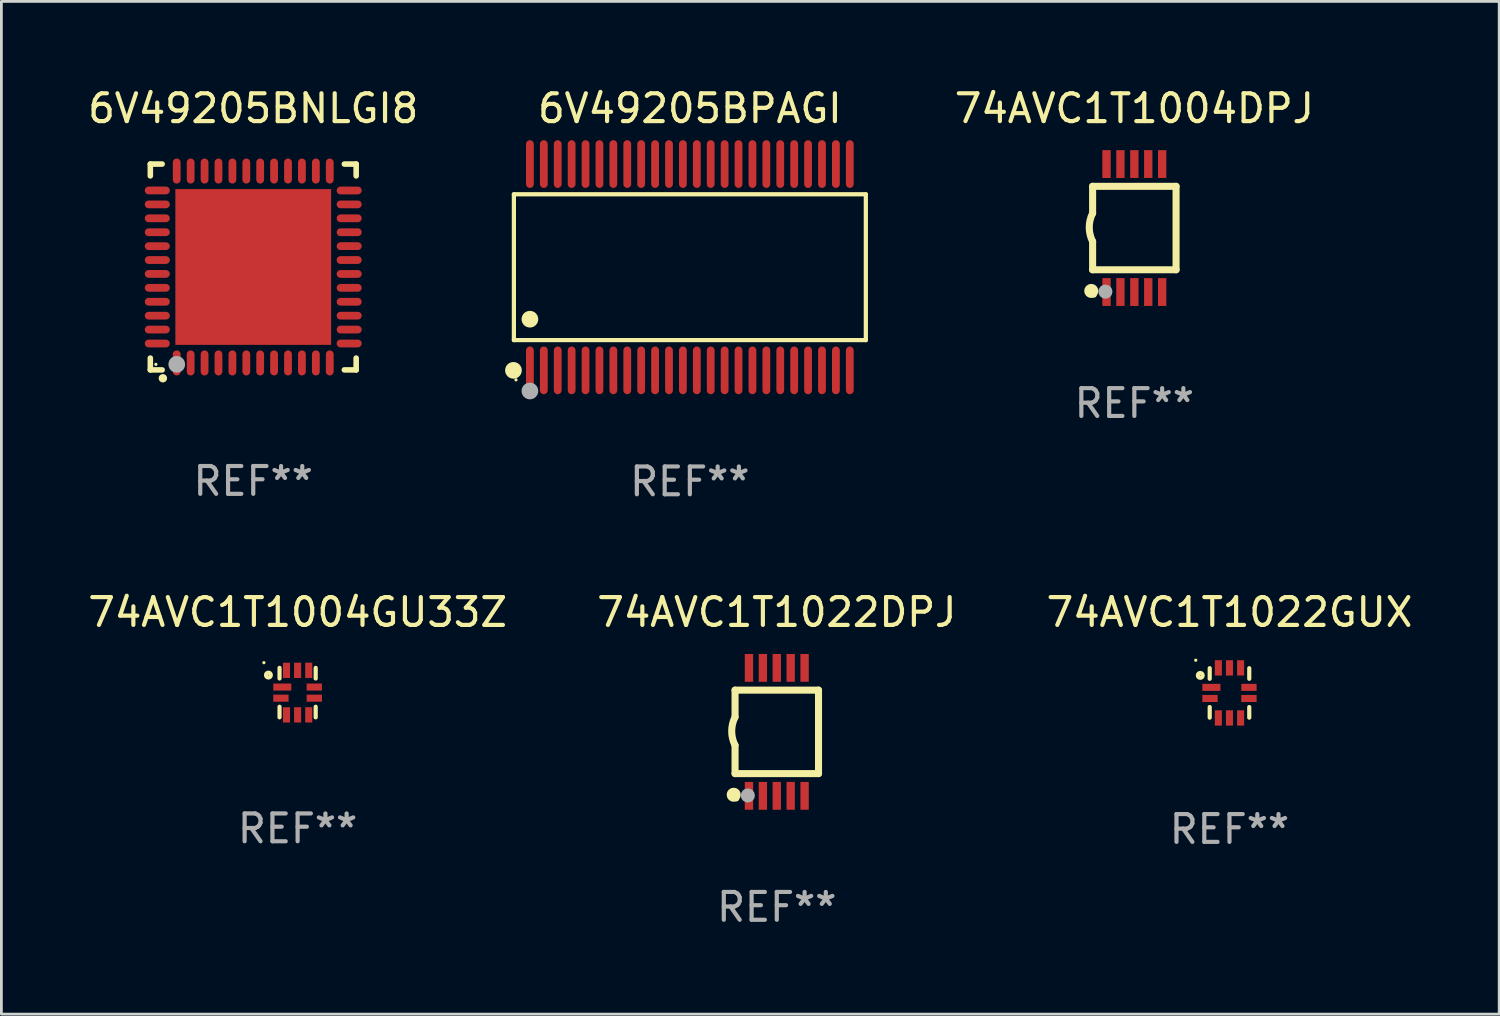
<source format=kicad_pcb>
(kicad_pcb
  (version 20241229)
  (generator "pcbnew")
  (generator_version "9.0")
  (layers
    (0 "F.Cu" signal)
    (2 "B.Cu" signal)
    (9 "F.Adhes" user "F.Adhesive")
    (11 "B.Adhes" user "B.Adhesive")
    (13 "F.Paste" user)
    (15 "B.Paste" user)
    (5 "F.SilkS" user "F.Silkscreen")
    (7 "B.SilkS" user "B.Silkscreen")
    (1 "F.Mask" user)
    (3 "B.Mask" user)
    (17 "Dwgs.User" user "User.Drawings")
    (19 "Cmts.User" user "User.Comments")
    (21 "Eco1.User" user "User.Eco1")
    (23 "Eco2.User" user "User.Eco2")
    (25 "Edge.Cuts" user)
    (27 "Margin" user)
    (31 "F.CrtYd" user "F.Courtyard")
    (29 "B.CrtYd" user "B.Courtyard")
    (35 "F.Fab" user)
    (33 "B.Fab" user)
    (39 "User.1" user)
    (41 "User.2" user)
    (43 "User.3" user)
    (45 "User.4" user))
  (footprint "74AVC1T1022GUX"
    (layer "F.Cu")
    (at 41.149 21.86)
    (property "Reference" "74AVC1T1022GUX" (at 0 -2.9 0) (layer "F.SilkS") (effects (font (size 1 1) (thickness 0.15))))
    (attr through_hole)
    (fp_line (start -0.711 -0.889) (end -0.711 -0.508) (stroke (width 0.15) (type solid)) (layer "F.SilkS"))
    (fp_line (start -0.711 0.508) (end -0.711 0.889) (stroke (width 0.15) (type solid)) (layer "F.SilkS"))
    (fp_line (start 0.711 -0.889) (end 0.711 -0.508) (stroke (width 0.15) (type solid)) (layer "F.SilkS"))
    (fp_line (start 0.711 0.508) (end 0.711 0.889) (stroke (width 0.15) (type solid)) (layer "F.SilkS"))
    (fp_circle (center -1.212 -1.176) (end -1.182 -1.176) (stroke (width 0.06) (type solid)) (fill no) (layer "F.SilkS"))
    (fp_circle (center -1.05 -0.63) (end -0.963 -0.63) (stroke (width 0.15) (type solid)) (fill no) (layer "F.SilkS"))
    (fp_text user "REF**" (at 0 4.9 0) (layer "F.Fab") (effects (font (size 1 1) (thickness 0.15))))
    (pad "1" smd rect (at -0.65 -0.2 90) (size 0.254 0.65) (layers "F.Cu" "F.Mask" "F.Paste"))
    (pad "2" smd rect (at -0.7 0.2 90) (size 0.254 0.551) (layers "F.Cu" "F.Mask" "F.Paste"))
    (pad "3" smd rect (at -0.4 0.9) (size 0.254 0.551) (layers "F.Cu" "F.Mask" "F.Paste"))
    (pad "4" smd rect (at 0 0.9) (size 0.254 0.551) (layers "F.Cu" "F.Mask" "F.Paste"))
    (pad "5" smd rect (at 0.4 0.9) (size 0.254 0.551) (layers "F.Cu" "F.Mask" "F.Paste"))
    (pad "6" smd rect (at 0.7 0.2 90) (size 0.254 0.551) (layers "F.Cu" "F.Mask" "F.Paste"))
    (pad "7" smd rect (at 0.7 -0.2 90) (size 0.254 0.551) (layers "F.Cu" "F.Mask" "F.Paste"))
    (pad "8" smd rect (at 0.4 -0.9) (size 0.254 0.551) (layers "F.Cu" "F.Mask" "F.Paste"))
    (pad "9" smd rect (at 0 -0.9) (size 0.254 0.551) (layers "F.Cu" "F.Mask" "F.Paste"))
    (pad "10" smd rect (at -0.4 -0.9) (size 0.254 0.551) (layers "F.Cu" "F.Mask" "F.Paste")))
  (footprint "74AVC1T1004DPJ"
    (layer "F.Cu")
    (at 37.729 5.148)
    (property "Reference" "74AVC1T1004DPJ" (at 0 -4.3 0) (layer "F.SilkS") (effects (font (size 1 1) (thickness 0.15))))
    (attr through_hole)
    (fp_line (start -1.5 -1.5) (end -1.5 -0.533) (stroke (width 0.254) (type solid)) (layer "F.SilkS"))
    (fp_line (start -1.5 -1.5) (end 1.5 -1.5) (stroke (width 0.254) (type solid)) (layer "F.SilkS"))
    (fp_line (start -1.5 1.5) (end -1.5 0.483) (stroke (width 0.254) (type solid)) (layer "F.SilkS"))
    (fp_line (start -1.5 1.5) (end 1.5 1.5) (stroke (width 0.254) (type solid)) (layer "F.SilkS"))
    (fp_line (start 1.5 1.5) (end 1.5 -1.5) (stroke (width 0.254) (type solid)) (layer "F.SilkS"))
    (fp_arc (start -1.501015 0.483109) (mid -1.620651 -0.025266) (end -1.5 -0.533401) (stroke (width 0.254001) (type solid)) (layer "F.SilkS"))
    (fp_circle (center -1.549 2.261) (end -1.422 2.261) (stroke (width 0.254) (type solid)) (fill no) (layer "F.SilkS"))
    (fp_circle (center -1.45 2.4) (end -1.4 2.4) (stroke (width 0.1) (type solid)) (fill no) (layer "F.SilkS"))
    (fp_circle (center -1.041 2.286) (end -0.914 2.286) (stroke (width 0.254) (type solid)) (fill no) (layer "F.Fab"))
    (fp_text user "REF**" (at 0 6.3 0) (layer "F.Fab") (effects (font (size 1 1) (thickness 0.15))))
    (pad "1" smd rect (at -1 2.3 90) (size 1 0.3) (layers "F.Cu" "F.Mask" "F.Paste"))
    (pad "2" smd rect (at -0.5 2.3 90) (size 1 0.3) (layers "F.Cu" "F.Mask" "F.Paste"))
    (pad "3" smd rect (at 0.000127 2.3 90) (size 1 0.3) (layers "F.Cu" "F.Mask" "F.Paste"))
    (pad "4" smd rect (at 0.5 2.3 90) (size 1 0.3) (layers "F.Cu" "F.Mask" "F.Paste"))
    (pad "5" smd rect (at 1 2.3 90) (size 1 0.3) (layers "F.Cu" "F.Mask" "F.Paste"))
    (pad "6" smd rect (at 1 -2.3 270) (size 1 0.3) (layers "F.Cu" "F.Mask" "F.Paste"))
    (pad "7" smd rect (at 0.5 -2.3 90) (size 1 0.3) (layers "F.Cu" "F.Mask" "F.Paste"))
    (pad "8" smd rect (at 0.000127 -2.3 90) (size 1 0.3) (layers "F.Cu" "F.Mask" "F.Paste"))
    (pad "9" smd rect (at -0.5 -2.3 90) (size 1 0.3) (layers "F.Cu" "F.Mask" "F.Paste"))
    (pad "10" smd rect (at -1 -2.3 90) (size 1 0.3) (layers "F.Cu" "F.Mask" "F.Paste")))
  (footprint "74AVC1T1022DPJ"
    (layer "F.Cu")
    (at 24.875 23.26)
    (property "Reference" "74AVC1T1022DPJ" (at 0 -4.3 0) (layer "F.SilkS") (effects (font (size 1 1) (thickness 0.15))))
    (attr through_hole)
    (fp_line (start -1.5 -1.5) (end -1.5 -0.533) (stroke (width 0.254) (type solid)) (layer "F.SilkS"))
    (fp_line (start -1.5 -1.5) (end 1.5 -1.5) (stroke (width 0.254) (type solid)) (layer "F.SilkS"))
    (fp_line (start -1.5 1.5) (end -1.5 0.483) (stroke (width 0.254) (type solid)) (layer "F.SilkS"))
    (fp_line (start -1.5 1.5) (end 1.5 1.5) (stroke (width 0.254) (type solid)) (layer "F.SilkS"))
    (fp_line (start 1.5 1.5) (end 1.5 -1.5) (stroke (width 0.254) (type solid)) (layer "F.SilkS"))
    (fp_arc (start -1.501015 0.483109) (mid -1.620651 -0.025266) (end -1.5 -0.533401) (stroke (width 0.254001) (type solid)) (layer "F.SilkS"))
    (fp_circle (center -1.549 2.261) (end -1.422 2.261) (stroke (width 0.254) (type solid)) (fill no) (layer "F.SilkS"))
    (fp_circle (center -1.45 2.4) (end -1.4 2.4) (stroke (width 0.1) (type solid)) (fill no) (layer "F.SilkS"))
    (fp_circle (center -1.041 2.286) (end -0.914 2.286) (stroke (width 0.254) (type solid)) (fill no) (layer "F.Fab"))
    (fp_text user "REF**" (at 0 6.3 0) (layer "F.Fab") (effects (font (size 1 1) (thickness 0.15))))
    (pad "1" smd rect (at -1 2.3 90) (size 1 0.3) (layers "F.Cu" "F.Mask" "F.Paste"))
    (pad "2" smd rect (at -0.5 2.3 90) (size 1 0.3) (layers "F.Cu" "F.Mask" "F.Paste"))
    (pad "3" smd rect (at 0.000127 2.3 90) (size 1 0.3) (layers "F.Cu" "F.Mask" "F.Paste"))
    (pad "4" smd rect (at 0.5 2.3 90) (size 1 0.3) (layers "F.Cu" "F.Mask" "F.Paste"))
    (pad "5" smd rect (at 1 2.3 90) (size 1 0.3) (layers "F.Cu" "F.Mask" "F.Paste"))
    (pad "6" smd rect (at 1 -2.3 270) (size 1 0.3) (layers "F.Cu" "F.Mask" "F.Paste"))
    (pad "7" smd rect (at 0.5 -2.3 90) (size 1 0.3) (layers "F.Cu" "F.Mask" "F.Paste"))
    (pad "8" smd rect (at 0.000127 -2.3 90) (size 1 0.3) (layers "F.Cu" "F.Mask" "F.Paste"))
    (pad "9" smd rect (at -0.5 -2.3 90) (size 1 0.3) (layers "F.Cu" "F.Mask" "F.Paste"))
    (pad "10" smd rect (at -1 -2.3 90) (size 1 0.3) (layers "F.Cu" "F.Mask" "F.Paste")))
  (footprint "74AVC1T1004GU33Z"
    (layer "F.Cu")
    (at 7.649 21.849)
    (property "Reference" "74AVC1T1004GU33Z" (at 0 -2.889 0) (layer "F.SilkS") (effects (font (size 1 1) (thickness 0.15))))
    (attr through_hole)
    (fp_line (start -0.65 -0.889) (end -0.65 -0.508) (stroke (width 0.15) (type solid)) (layer "F.SilkS"))
    (fp_line (start -0.65 0.508) (end -0.65 0.889) (stroke (width 0.15) (type solid)) (layer "F.SilkS"))
    (fp_line (start 0.65 -0.889) (end 0.65 -0.508) (stroke (width 0.15) (type solid)) (layer "F.SilkS"))
    (fp_line (start 0.65 0.508) (end 0.65 0.889) (stroke (width 0.15) (type solid)) (layer "F.SilkS"))
    (fp_circle (center -1.212 -1.076) (end -1.182 -1.076) (stroke (width 0.06) (type solid)) (fill no) (layer "F.SilkS"))
    (fp_circle (center -1.05 -0.63) (end -0.963 -0.63) (stroke (width 0.15) (type solid)) (fill no) (layer "F.SilkS"))
    (fp_text user "REF**" (at 0 4.889 0) (layer "F.Fab") (effects (font (size 1 1) (thickness 0.15))))
    (pad "1" smd rect (at -0.55 -0.2 90) (size 0.254 0.65) (layers "F.Cu" "F.Mask" "F.Paste"))
    (pad "2" smd rect (at -0.6 0.2 90) (size 0.254 0.551) (layers "F.Cu" "F.Mask" "F.Paste"))
    (pad "3" smd rect (at -0.4 0.8) (size 0.254 0.551) (layers "F.Cu" "F.Mask" "F.Paste"))
    (pad "4" smd rect (at 0 0.8) (size 0.254 0.551) (layers "F.Cu" "F.Mask" "F.Paste"))
    (pad "5" smd rect (at 0.4 0.8) (size 0.254 0.551) (layers "F.Cu" "F.Mask" "F.Paste"))
    (pad "6" smd rect (at 0.6 0.2 90) (size 0.254 0.551) (layers "F.Cu" "F.Mask" "F.Paste"))
    (pad "7" smd rect (at 0.6 -0.2 90) (size 0.254 0.551) (layers "F.Cu" "F.Mask" "F.Paste"))
    (pad "8" smd rect (at 0.4 -0.8) (size 0.254 0.551) (layers "F.Cu" "F.Mask" "F.Paste"))
    (pad "9" smd rect (at 0 -0.8) (size 0.254 0.551) (layers "F.Cu" "F.Mask" "F.Paste"))
    (pad "10" smd rect (at -0.4 -0.8) (size 0.254 0.551) (layers "F.Cu" "F.Mask" "F.Paste")))
  (footprint "6V49205BPAGI"
    (layer "F.Cu")
    (at 21.75 6.556)
    (property "Reference" "6V49205BPAGI" (at 0 -5.708 0) (layer "F.SilkS") (effects (font (size 1 1) (thickness 0.15))))
    (attr through_hole)
    (fp_line (start -6.326 -2.622) (end 6.326 -2.622) (stroke (width 0.152) (type solid)) (layer "F.SilkS"))
    (fp_line (start -6.326 2.621) (end -6.326 -2.622) (stroke (width 0.152) (type solid)) (layer "F.SilkS"))
    (fp_line (start 6.326 -2.622) (end 6.326 2.621) (stroke (width 0.152) (type solid)) (layer "F.SilkS"))
    (fp_line (start 6.326 2.621) (end -6.326 2.621) (stroke (width 0.152) (type solid)) (layer "F.SilkS"))
    (fp_circle (center -6.342 3.708) (end -6.192 3.708) (stroke (width 0.3) (type solid)) (fill no) (layer "F.SilkS"))
    (fp_circle (center -6.25 4.05) (end -6.22 4.05) (stroke (width 0.06) (type solid)) (fill no) (layer "F.SilkS"))
    (fp_circle (center -5.75 1.869) (end -5.6 1.869) (stroke (width 0.3) (type solid)) (fill no) (layer "F.SilkS"))
    (fp_circle (center -5.75 4.45) (end -5.6 4.45) (stroke (width 0.3) (type solid)) (fill no) (layer "F.Fab"))
    (fp_text user "REF**" (at 0 7.708 0) (layer "F.Fab") (effects (font (size 1 1) (thickness 0.15))))
    (pad "1" smd oval (at -5.75 3.708) (size 0.28 1.715) (layers "F.Cu" "F.Mask" "F.Paste"))
    (pad "2" smd oval (at -5.25 3.708) (size 0.28 1.715) (layers "F.Cu" "F.Mask" "F.Paste"))
    (pad "3" smd oval (at -4.75 3.708) (size 0.28 1.715) (layers "F.Cu" "F.Mask" "F.Paste"))
    (pad "4" smd oval (at -4.25 3.708) (size 0.28 1.715) (layers "F.Cu" "F.Mask" "F.Paste"))
    (pad "5" smd oval (at -3.75 3.708) (size 0.28 1.715) (layers "F.Cu" "F.Mask" "F.Paste"))
    (pad "6" smd oval (at -3.25 3.708) (size 0.28 1.715) (layers "F.Cu" "F.Mask" "F.Paste"))
    (pad "7" smd oval (at -2.75 3.708) (size 0.28 1.715) (layers "F.Cu" "F.Mask" "F.Paste"))
    (pad "8" smd oval (at -2.25 3.708) (size 0.28 1.715) (layers "F.Cu" "F.Mask" "F.Paste"))
    (pad "9" smd oval (at -1.75 3.708) (size 0.28 1.715) (layers "F.Cu" "F.Mask" "F.Paste"))
    (pad "10" smd oval (at -1.25 3.708) (size 0.28 1.715) (layers "F.Cu" "F.Mask" "F.Paste"))
    (pad "11" smd oval (at -0.75 3.708) (size 0.28 1.715) (layers "F.Cu" "F.Mask" "F.Paste"))
    (pad "12" smd oval (at -0.25 3.708) (size 0.28 1.715) (layers "F.Cu" "F.Mask" "F.Paste"))
    (pad "13" smd oval (at 0.25 3.708) (size 0.28 1.715) (layers "F.Cu" "F.Mask" "F.Paste"))
    (pad "14" smd oval (at 0.75 3.708) (size 0.28 1.715) (layers "F.Cu" "F.Mask" "F.Paste"))
    (pad "15" smd oval (at 1.25 3.708) (size 0.28 1.715) (layers "F.Cu" "F.Mask" "F.Paste"))
    (pad "16" smd oval (at 1.75 3.708) (size 0.28 1.715) (layers "F.Cu" "F.Mask" "F.Paste"))
    (pad "17" smd oval (at 2.25 3.708) (size 0.28 1.715) (layers "F.Cu" "F.Mask" "F.Paste"))
    (pad "18" smd oval (at 2.75 3.708) (size 0.28 1.715) (layers "F.Cu" "F.Mask" "F.Paste"))
    (pad "19" smd oval (at 3.25 3.708) (size 0.28 1.715) (layers "F.Cu" "F.Mask" "F.Paste"))
    (pad "20" smd oval (at 3.75 3.708) (size 0.28 1.715) (layers "F.Cu" "F.Mask" "F.Paste"))
    (pad "21" smd oval (at 4.25 3.708) (size 0.28 1.715) (layers "F.Cu" "F.Mask" "F.Paste"))
    (pad "22" smd oval (at 4.75 3.708) (size 0.28 1.715) (layers "F.Cu" "F.Mask" "F.Paste"))
    (pad "23" smd oval (at 5.25 3.708) (size 0.28 1.715) (layers "F.Cu" "F.Mask" "F.Paste"))
    (pad "24" smd oval (at 5.75 3.708) (size 0.28 1.715) (layers "F.Cu" "F.Mask" "F.Paste"))
    (pad "25" smd oval (at 5.75 -3.708) (size 0.28 1.715) (layers "F.Cu" "F.Mask" "F.Paste"))
    (pad "26" smd oval (at 5.25 -3.708) (size 0.28 1.715) (layers "F.Cu" "F.Mask" "F.Paste"))
    (pad "27" smd oval (at 4.75 -3.708) (size 0.28 1.715) (layers "F.Cu" "F.Mask" "F.Paste"))
    (pad "28" smd oval (at 4.25 -3.708) (size 0.28 1.715) (layers "F.Cu" "F.Mask" "F.Paste"))
    (pad "29" smd oval (at 3.75 -3.708) (size 0.28 1.715) (layers "F.Cu" "F.Mask" "F.Paste"))
    (pad "30" smd oval (at 3.25 -3.708) (size 0.28 1.715) (layers "F.Cu" "F.Mask" "F.Paste"))
    (pad "31" smd oval (at 2.75 -3.708) (size 0.28 1.715) (layers "F.Cu" "F.Mask" "F.Paste"))
    (pad "32" smd oval (at 2.25 -3.708) (size 0.28 1.715) (layers "F.Cu" "F.Mask" "F.Paste"))
    (pad "33" smd oval (at 1.75 -3.708) (size 0.28 1.715) (layers "F.Cu" "F.Mask" "F.Paste"))
    (pad "34" smd oval (at 1.25 -3.708) (size 0.28 1.715) (layers "F.Cu" "F.Mask" "F.Paste"))
    (pad "35" smd oval (at 0.75 -3.708) (size 0.28 1.715) (layers "F.Cu" "F.Mask" "F.Paste"))
    (pad "36" smd oval (at 0.25 -3.708) (size 0.28 1.715) (layers "F.Cu" "F.Mask" "F.Paste"))
    (pad "37" smd oval (at -0.25 -3.708) (size 0.28 1.715) (layers "F.Cu" "F.Mask" "F.Paste"))
    (pad "38" smd oval (at -0.75 -3.708) (size 0.28 1.715) (layers "F.Cu" "F.Mask" "F.Paste"))
    (pad "39" smd oval (at -1.25 -3.708) (size 0.28 1.715) (layers "F.Cu" "F.Mask" "F.Paste"))
    (pad "40" smd oval (at -1.75 -3.708) (size 0.28 1.715) (layers "F.Cu" "F.Mask" "F.Paste"))
    (pad "41" smd oval (at -2.25 -3.708) (size 0.28 1.715) (layers "F.Cu" "F.Mask" "F.Paste"))
    (pad "42" smd oval (at -2.75 -3.708) (size 0.28 1.715) (layers "F.Cu" "F.Mask" "F.Paste"))
    (pad "43" smd oval (at -3.25 -3.708) (size 0.28 1.715) (layers "F.Cu" "F.Mask" "F.Paste"))
    (pad "44" smd oval (at -3.75 -3.708) (size 0.28 1.715) (layers "F.Cu" "F.Mask" "F.Paste"))
    (pad "45" smd oval (at -4.25 -3.708) (size 0.28 1.715) (layers "F.Cu" "F.Mask" "F.Paste"))
    (pad "46" smd oval (at -4.75 -3.708) (size 0.28 1.715) (layers "F.Cu" "F.Mask" "F.Paste"))
    (pad "47" smd oval (at -5.25 -3.708) (size 0.28 1.715) (layers "F.Cu" "F.Mask" "F.Paste"))
    (pad "48" smd oval (at -5.75 -3.708) (size 0.28 1.715) (layers "F.Cu" "F.Mask" "F.Paste")))
  (footprint "6V49205BNLGI8"
    (layer "F.Cu")
    (at 6.054 6.548)
    (property "Reference" "6V49205BNLGI8" (at 0 -5.7 0) (layer "F.SilkS") (effects (font (size 1 1) (thickness 0.15))))
    (attr through_hole)
    (fp_line (start -3.7 -3.7) (end -3.275 -3.7) (stroke (width 0.2) (type solid)) (layer "F.SilkS"))
    (fp_line (start -3.7 -3.275) (end -3.7 -3.7) (stroke (width 0.2) (type solid)) (layer "F.SilkS"))
    (fp_line (start -3.7 3.7) (end -3.7 3.275) (stroke (width 0.2) (type solid)) (layer "F.SilkS"))
    (fp_line (start -3.275 3.7) (end -3.7 3.7) (stroke (width 0.2) (type solid)) (layer "F.SilkS"))
    (fp_line (start 3.7 -3.7) (end 3.275 -3.7) (stroke (width 0.2) (type solid)) (layer "F.SilkS"))
    (fp_line (start 3.7 -3.275) (end 3.7 -3.7) (stroke (width 0.2) (type solid)) (layer "F.SilkS"))
    (fp_line (start 3.7 3.275) (end 3.7 3.7) (stroke (width 0.2) (type solid)) (layer "F.SilkS"))
    (fp_line (start 3.7 3.7) (end 3.275 3.7) (stroke (width 0.2) (type solid)) (layer "F.SilkS"))
    (fp_arc (start -3.249936 3.999975) (mid -3.248666 3.99997) (end -3.247396 3.999975) (stroke (width 0.3) (type solid)) (layer "F.SilkS"))
    (fp_circle (center -3.5 3.5) (end -3.47 3.5) (stroke (width 0.06) (type solid)) (fill no) (layer "F.SilkS"))
    (fp_circle (center -2.75 3.5) (end -2.6 3.5) (stroke (width 0.3) (type solid)) (fill no) (layer "F.Fab"))
    (fp_text user "REF**" (at 0 7.7 0) (layer "F.Fab") (effects (font (size 1 1) (thickness 0.15))))
    (pad "1" smd oval (at -2.751 3.449) (size 0.28 0.9) (layers "F.Cu" "F.Mask" "F.Paste"))
    (pad "2" smd oval (at -2.25 3.449) (size 0.28 0.9) (layers "F.Cu" "F.Mask" "F.Paste"))
    (pad "3" smd oval (at -1.75 3.449) (size 0.28 0.9) (layers "F.Cu" "F.Mask" "F.Paste"))
    (pad "4" smd oval (at -1.25 3.449) (size 0.28 0.9) (layers "F.Cu" "F.Mask" "F.Paste"))
    (pad "5" smd oval (at -0.749 3.449) (size 0.28 0.9) (layers "F.Cu" "F.Mask" "F.Paste"))
    (pad "6" smd oval (at -0.249 3.449) (size 0.28 0.9) (layers "F.Cu" "F.Mask" "F.Paste"))
    (pad "7" smd oval (at 0.249 3.449) (size 0.28 0.9) (layers "F.Cu" "F.Mask" "F.Paste"))
    (pad "8" smd oval (at 0.749 3.449) (size 0.28 0.9) (layers "F.Cu" "F.Mask" "F.Paste"))
    (pad "9" smd oval (at 1.25 3.449) (size 0.28 0.9) (layers "F.Cu" "F.Mask" "F.Paste"))
    (pad "10" smd oval (at 1.75 3.449) (size 0.28 0.9) (layers "F.Cu" "F.Mask" "F.Paste"))
    (pad "11" smd oval (at 2.251 3.449) (size 0.28 0.9) (layers "F.Cu" "F.Mask" "F.Paste"))
    (pad "12" smd oval (at 2.751 3.449) (size 0.28 0.9) (layers "F.Cu" "F.Mask" "F.Paste"))
    (pad "13" smd oval (at 3.449 2.75) (size 0.9 0.28) (layers "F.Cu" "F.Mask" "F.Paste"))
    (pad "14" smd oval (at 3.449 2.25) (size 0.9 0.28) (layers "F.Cu" "F.Mask" "F.Paste"))
    (pad "15" smd oval (at 3.449 1.75) (size 0.9 0.28) (layers "F.Cu" "F.Mask" "F.Paste"))
    (pad "16" smd oval (at 3.449 1.25) (size 0.9 0.28) (layers "F.Cu" "F.Mask" "F.Paste"))
    (pad "17" smd oval (at 3.449 0.75) (size 0.9 0.28) (layers "F.Cu" "F.Mask" "F.Paste"))
    (pad "18" smd oval (at 3.449 0.25) (size 0.9 0.28) (layers "F.Cu" "F.Mask" "F.Paste"))
    (pad "19" smd oval (at 3.449 -0.25) (size 0.9 0.28) (layers "F.Cu" "F.Mask" "F.Paste"))
    (pad "20" smd oval (at 3.449 -0.75) (size 0.9 0.28) (layers "F.Cu" "F.Mask" "F.Paste"))
    (pad "21" smd oval (at 3.449 -1.25) (size 0.9 0.28) (layers "F.Cu" "F.Mask" "F.Paste"))
    (pad "22" smd oval (at 3.449 -1.75) (size 0.9 0.28) (layers "F.Cu" "F.Mask" "F.Paste"))
    (pad "23" smd oval (at 3.449 -2.25) (size 0.9 0.28) (layers "F.Cu" "F.Mask" "F.Paste"))
    (pad "24" smd oval (at 3.449 -2.75) (size 0.9 0.28) (layers "F.Cu" "F.Mask" "F.Paste"))
    (pad "25" smd oval (at 2.751 -3.449) (size 0.28 0.9) (layers "F.Cu" "F.Mask" "F.Paste"))
    (pad "26" smd oval (at 2.251 -3.449) (size 0.28 0.9) (layers "F.Cu" "F.Mask" "F.Paste"))
    (pad "27" smd oval (at 1.75 -3.449) (size 0.28 0.9) (layers "F.Cu" "F.Mask" "F.Paste"))
    (pad "28" smd oval (at 1.25 -3.449) (size 0.28 0.9) (layers "F.Cu" "F.Mask" "F.Paste"))
    (pad "29" smd oval (at 0.749 -3.449) (size 0.28 0.9) (layers "F.Cu" "F.Mask" "F.Paste"))
    (pad "30" smd oval (at 0.249 -3.449) (size 0.28 0.9) (layers "F.Cu" "F.Mask" "F.Paste"))
    (pad "31" smd oval (at -0.249 -3.449) (size 0.28 0.9) (layers "F.Cu" "F.Mask" "F.Paste"))
    (pad "32" smd oval (at -0.749 -3.449) (size 0.28 0.9) (layers "F.Cu" "F.Mask" "F.Paste"))
    (pad "33" smd oval (at -1.25 -3.449) (size 0.28 0.9) (layers "F.Cu" "F.Mask" "F.Paste"))
    (pad "34" smd oval (at -1.75 -3.449) (size 0.28 0.9) (layers "F.Cu" "F.Mask" "F.Paste"))
    (pad "35" smd oval (at -2.25 -3.449) (size 0.28 0.9) (layers "F.Cu" "F.Mask" "F.Paste"))
    (pad "36" smd oval (at -2.751 -3.449) (size 0.28 0.9) (layers "F.Cu" "F.Mask" "F.Paste"))
    (pad "37" smd oval (at -3.449 -2.751) (size 0.9 0.28) (layers "F.Cu" "F.Mask" "F.Paste"))
    (pad "38" smd oval (at -3.449 -2.25) (size 0.9 0.28) (layers "F.Cu" "F.Mask" "F.Paste"))
    (pad "39" smd oval (at -3.449 -1.75) (size 0.9 0.28) (layers "F.Cu" "F.Mask" "F.Paste"))
    (pad "40" smd oval (at -3.449 -1.25) (size 0.9 0.28) (layers "F.Cu" "F.Mask" "F.Paste"))
    (pad "41" smd oval (at -3.449 -0.749) (size 0.9 0.28) (layers "F.Cu" "F.Mask" "F.Paste"))
    (pad "42" smd oval (at -3.449 -0.249) (size 0.9 0.28) (layers "F.Cu" "F.Mask" "F.Paste"))
    (pad "43" smd oval (at -3.449 0.249) (size 0.9 0.28) (layers "F.Cu" "F.Mask" "F.Paste"))
    (pad "44" smd oval (at -3.449 0.749) (size 0.9 0.28) (layers "F.Cu" "F.Mask" "F.Paste"))
    (pad "45" smd oval (at -3.449 1.25) (size 0.9 0.28) (layers "F.Cu" "F.Mask" "F.Paste"))
    (pad "46" smd oval (at -3.449 1.75) (size 0.9 0.28) (layers "F.Cu" "F.Mask" "F.Paste"))
    (pad "47" smd oval (at -3.449 2.25) (size 0.9 0.28) (layers "F.Cu" "F.Mask" "F.Paste"))
    (pad "48" smd oval (at -3.449 2.751) (size 0.9 0.28) (layers "F.Cu" "F.Mask" "F.Paste"))
    (pad "49" smd rect (at 0.000076 -0.000025) (size 5.6 5.6) (layers "F.Cu" "F.Mask" "F.Paste")))
  (gr_rect
    (start -3 -3)
    (end 50.845 33.408)
    (stroke (width 0.1) (type default))
    (fill no)
    (layer "Edge.Cuts")))
</source>
